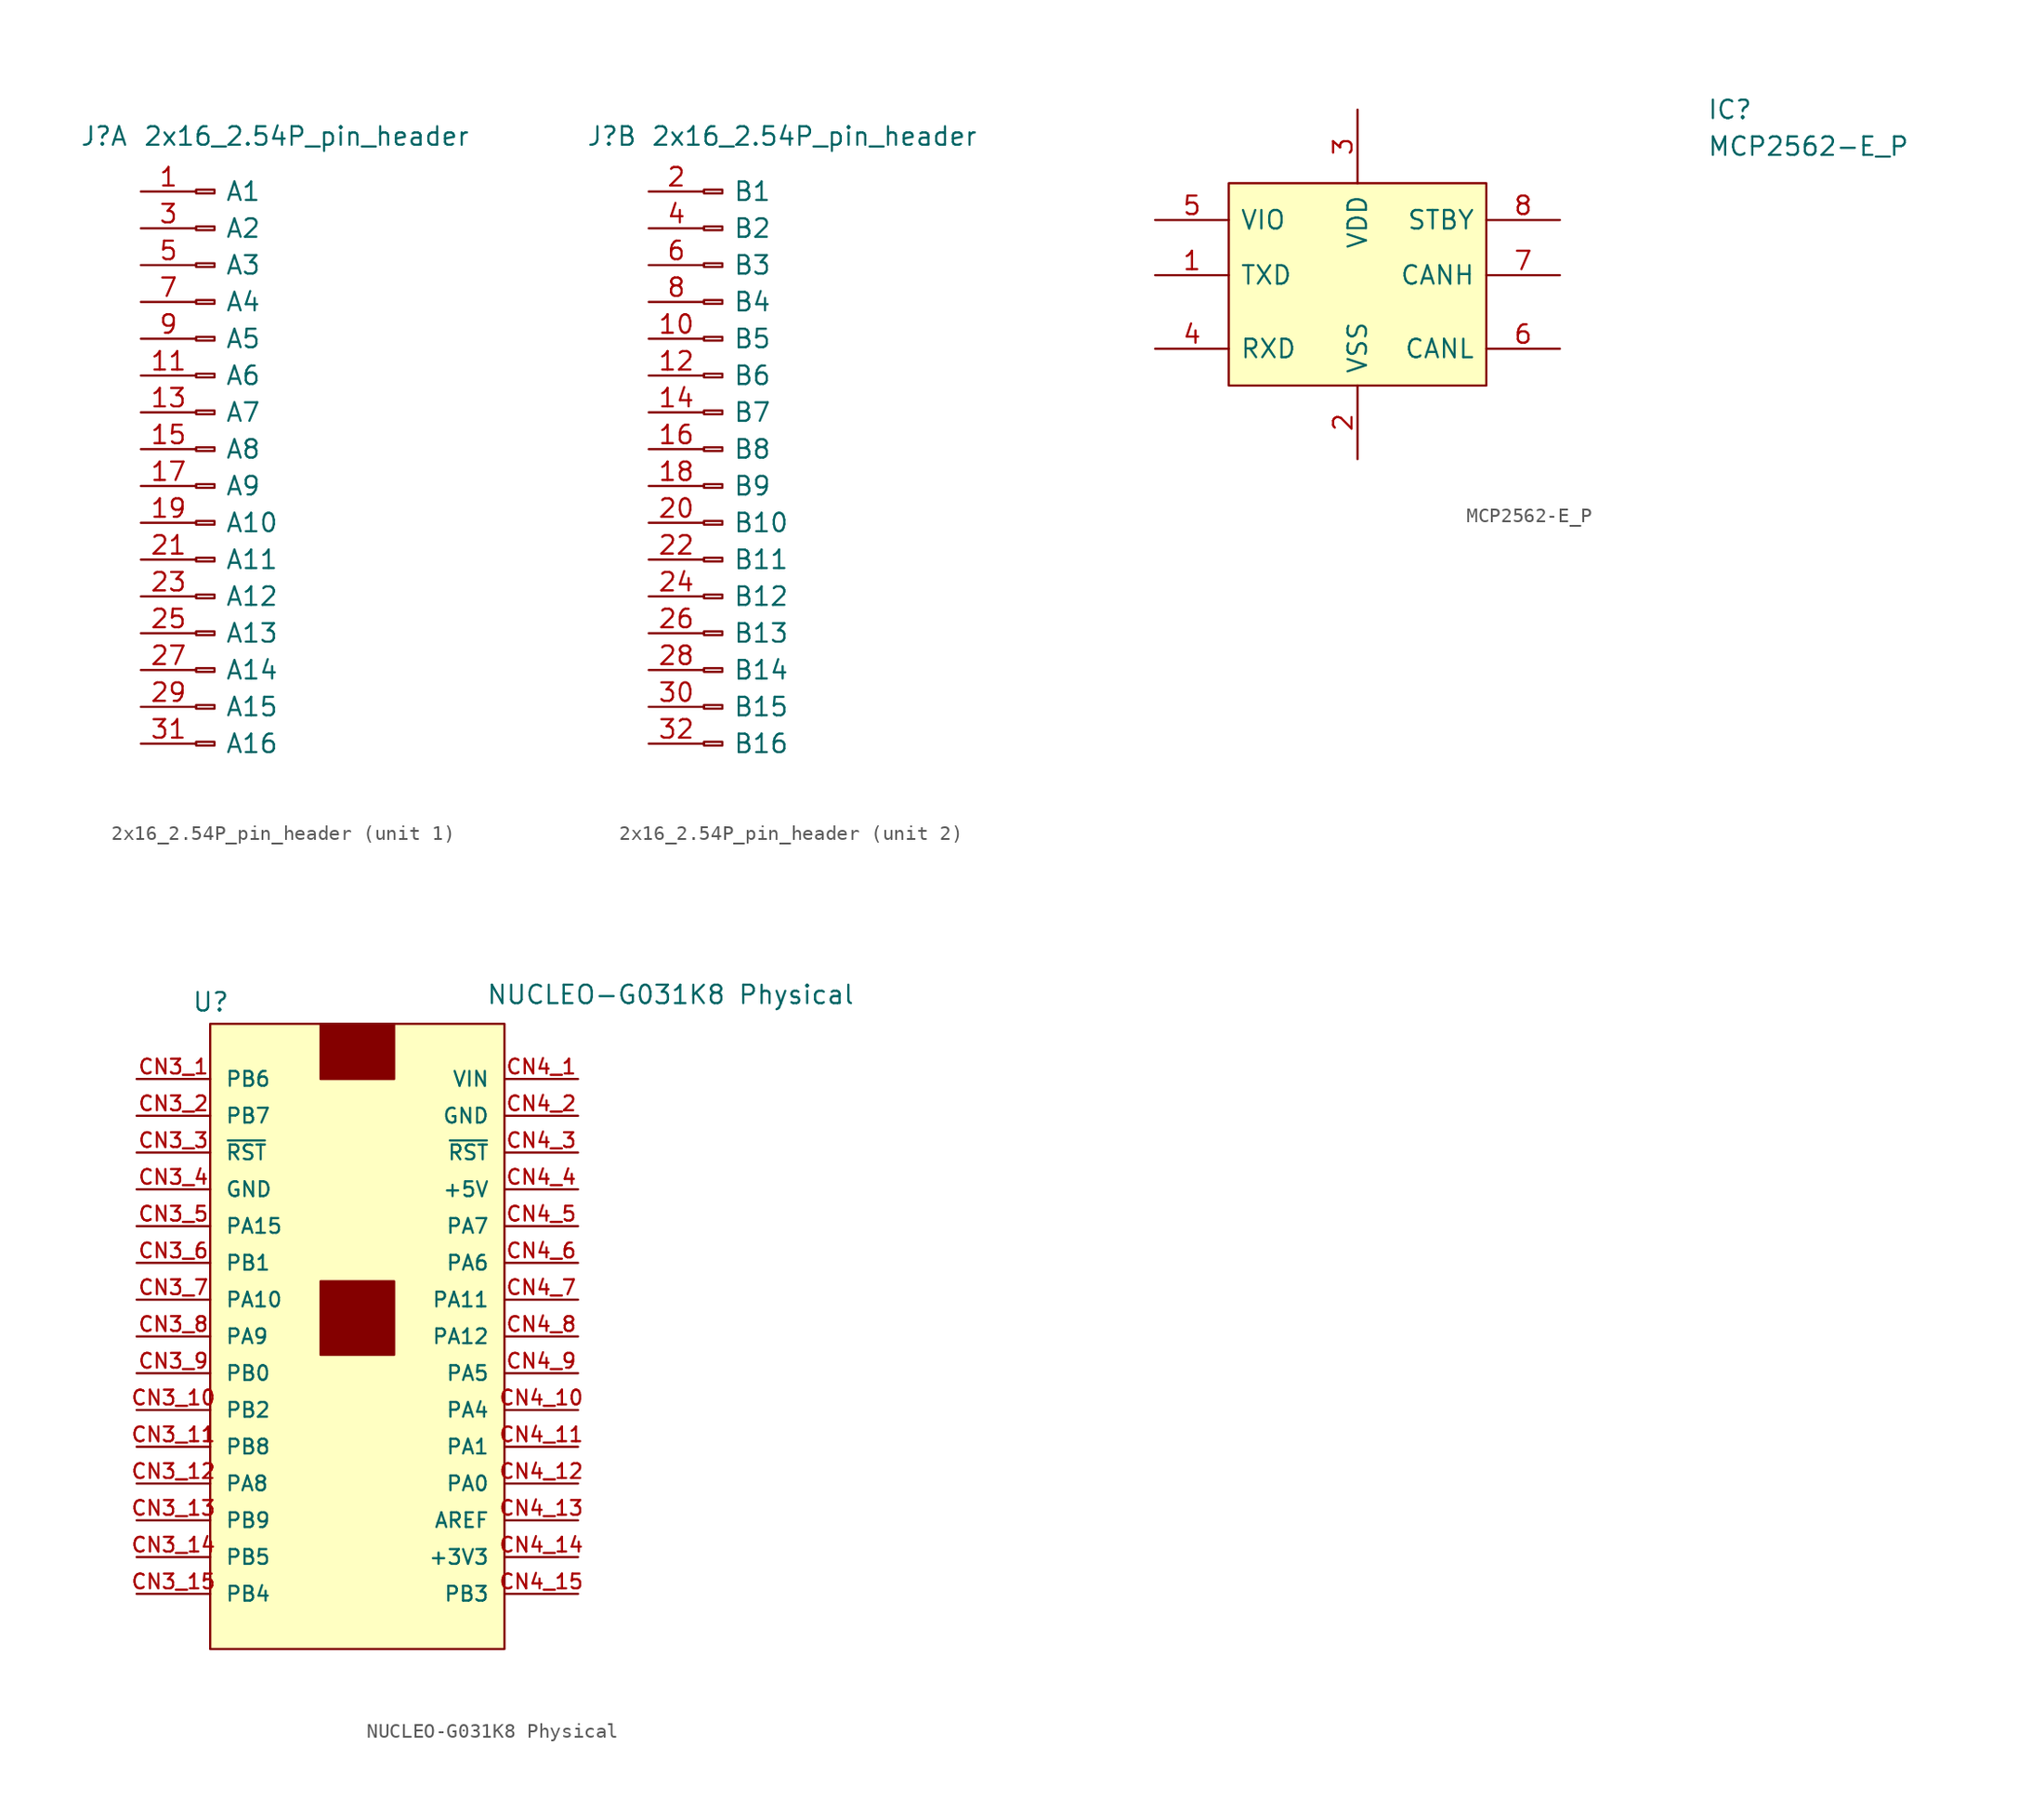
<source format=kicad_sym>
(kicad_symbol_lib
  (version 20211014)
  (generator kicad_symbol_editor)
  (symbol "2x16_2.54P_pin_header"
    (pin_names
      (offset 2))
    (property "Reference" "J"
      (at -3.81 2.54 0)
      (effects (font (size 1.27 1.27))))
    (property "Value" "2x16_2.54P_pin_header"
      (at 10.16 2.54 0)
      (effects (font (size 1.27 1.27))))
    (property "ki_locked" ""
      (at 0 0 0)
      (effects (font (size 1.27 1.27))))
    (symbol "2x16_2.54P_pin_header_1_1"
      (rectangle (start 2.54 -39.243) (end 3.81 -39.497) (stroke (width 0.152) (type default) (color 0 0 0 0)) (fill (type none)))
      (rectangle (start 2.54 -36.703) (end 3.81 -36.957) (stroke (width 0.152) (type default) (color 0 0 0 0)) (fill (type none)))
      (rectangle (start 2.54 -34.163) (end 3.81 -34.417) (stroke (width 0.152) (type default) (color 0 0 0 0)) (fill (type none)))
      (rectangle (start 2.54 -31.623) (end 3.81 -31.877) (stroke (width 0.152) (type default) (color 0 0 0 0)) (fill (type none)))
      (rectangle (start 2.54 -29.083) (end 3.81 -29.337) (stroke (width 0.152) (type default) (color 0 0 0 0)) (fill (type none)))
      (rectangle (start 2.54 -26.543) (end 3.81 -26.797) (stroke (width 0.152) (type default) (color 0 0 0 0)) (fill (type none)))
      (rectangle (start 2.54 -24.003) (end 3.81 -24.257) (stroke (width 0.152) (type default) (color 0 0 0 0)) (fill (type none)))
      (rectangle (start 2.54 -21.463) (end 3.81 -21.717) (stroke (width 0.152) (type default) (color 0 0 0 0)) (fill (type none)))
      (rectangle (start 2.54 -18.923) (end 3.81 -19.177) (stroke (width 0.152) (type default) (color 0 0 0 0)) (fill (type none)))
      (rectangle (start 2.54 -16.383) (end 3.81 -16.637) (stroke (width 0.152) (type default) (color 0 0 0 0)) (fill (type none)))
      (rectangle (start 2.54 -13.843) (end 3.81 -14.097) (stroke (width 0.152) (type default) (color 0 0 0 0)) (fill (type none)))
      (rectangle (start 2.54 -11.303) (end 3.81 -11.557) (stroke (width 0.152) (type default) (color 0 0 0 0)) (fill (type none)))
      (rectangle (start 2.54 -8.763) (end 3.81 -9.017) (stroke (width 0.152) (type default) (color 0 0 0 0)) (fill (type none)))
      (rectangle (start 2.54 -6.223) (end 3.81 -6.477) (stroke (width 0.152) (type default) (color 0 0 0 0)) (fill (type none)))
      (rectangle (start 2.54 -3.683) (end 3.81 -3.937) (stroke (width 0.152) (type default) (color 0 0 0 0)) (fill (type none)))
      (rectangle (start 2.54 -1.143) (end 3.81 -1.397) (stroke (width 0.152) (type default) (color 0 0 0 0)) (fill (type none)))
      (pin passive line (at -1.27 -1.27 0) (length 3.81) (name "A1" (effects (font (size 1.27 1.27)))) (number "1" (effects (font (size 1.27 1.27)))))
      (pin passive line (at -1.27 -13.97 0) (length 3.81) (name "A6" (effects (font (size 1.27 1.27)))) (number "11" (effects (font (size 1.27 1.27)))))
      (pin passive line (at -1.27 -16.51 0) (length 3.81) (name "A7" (effects (font (size 1.27 1.27)))) (number "13" (effects (font (size 1.27 1.27)))))
      (pin passive line (at -1.27 -19.05 0) (length 3.81) (name "A8" (effects (font (size 1.27 1.27)))) (number "15" (effects (font (size 1.27 1.27)))))
      (pin passive line (at -1.27 -21.59 0) (length 3.81) (name "A9" (effects (font (size 1.27 1.27)))) (number "17" (effects (font (size 1.27 1.27)))))
      (pin passive line (at -1.27 -24.13 0) (length 3.81) (name "A10" (effects (font (size 1.27 1.27)))) (number "19" (effects (font (size 1.27 1.27)))))
      (pin passive line (at -1.27 -26.67 0) (length 3.81) (name "A11" (effects (font (size 1.27 1.27)))) (number "21" (effects (font (size 1.27 1.27)))))
      (pin passive line (at -1.27 -29.21 0) (length 3.81) (name "A12" (effects (font (size 1.27 1.27)))) (number "23" (effects (font (size 1.27 1.27)))))
      (pin passive line (at -1.27 -31.75 0) (length 3.81) (name "A13" (effects (font (size 1.27 1.27)))) (number "25" (effects (font (size 1.27 1.27)))))
      (pin passive line (at -1.27 -34.29 0) (length 3.81) (name "A14" (effects (font (size 1.27 1.27)))) (number "27" (effects (font (size 1.27 1.27)))))
      (pin passive line (at -1.27 -36.83 0) (length 3.81) (name "A15" (effects (font (size 1.27 1.27)))) (number "29" (effects (font (size 1.27 1.27)))))
      (pin passive line (at -1.27 -3.81 0) (length 3.81) (name "A2" (effects (font (size 1.27 1.27)))) (number "3" (effects (font (size 1.27 1.27)))))
      (pin passive line (at -1.27 -39.37 0) (length 3.81) (name "A16" (effects (font (size 1.27 1.27)))) (number "31" (effects (font (size 1.27 1.27)))))
      (pin passive line (at -1.27 -6.35 0) (length 3.81) (name "A3" (effects (font (size 1.27 1.27)))) (number "5" (effects (font (size 1.27 1.27)))))
      (pin passive line (at -1.27 -8.89 0) (length 3.81) (name "A4" (effects (font (size 1.27 1.27)))) (number "7" (effects (font (size 1.27 1.27)))))
      (pin passive line (at -1.27 -11.43 0) (length 3.81) (name "A5" (effects (font (size 1.27 1.27)))) (number "9" (effects (font (size 1.27 1.27))))))
    (symbol "2x16_2.54P_pin_header_2_1"
      (rectangle (start 2.54 -39.243) (end 3.81 -39.497) (stroke (width 0.152) (type default) (color 0 0 0 0)) (fill (type none)))
      (rectangle (start 2.54 -36.703) (end 3.81 -36.957) (stroke (width 0.152) (type default) (color 0 0 0 0)) (fill (type none)))
      (rectangle (start 2.54 -34.163) (end 3.81 -34.417) (stroke (width 0.152) (type default) (color 0 0 0 0)) (fill (type none)))
      (rectangle (start 2.54 -31.623) (end 3.81 -31.877) (stroke (width 0.152) (type default) (color 0 0 0 0)) (fill (type none)))
      (rectangle (start 2.54 -29.083) (end 3.81 -29.337) (stroke (width 0.152) (type default) (color 0 0 0 0)) (fill (type none)))
      (rectangle (start 2.54 -26.543) (end 3.81 -26.797) (stroke (width 0.152) (type default) (color 0 0 0 0)) (fill (type none)))
      (rectangle (start 2.54 -24.003) (end 3.81 -24.257) (stroke (width 0.152) (type default) (color 0 0 0 0)) (fill (type none)))
      (rectangle (start 2.54 -21.463) (end 3.81 -21.717) (stroke (width 0.152) (type default) (color 0 0 0 0)) (fill (type none)))
      (rectangle (start 2.54 -18.923) (end 3.81 -19.177) (stroke (width 0.152) (type default) (color 0 0 0 0)) (fill (type none)))
      (rectangle (start 2.54 -16.383) (end 3.81 -16.637) (stroke (width 0.152) (type default) (color 0 0 0 0)) (fill (type none)))
      (rectangle (start 2.54 -13.843) (end 3.81 -14.097) (stroke (width 0.152) (type default) (color 0 0 0 0)) (fill (type none)))
      (rectangle (start 2.54 -11.303) (end 3.81 -11.557) (stroke (width 0.152) (type default) (color 0 0 0 0)) (fill (type none)))
      (rectangle (start 2.54 -8.763) (end 3.81 -9.017) (stroke (width 0.152) (type default) (color 0 0 0 0)) (fill (type none)))
      (rectangle (start 2.54 -6.223) (end 3.81 -6.477) (stroke (width 0.152) (type default) (color 0 0 0 0)) (fill (type none)))
      (rectangle (start 2.54 -3.683) (end 3.81 -3.937) (stroke (width 0.152) (type default) (color 0 0 0 0)) (fill (type none)))
      (rectangle (start 2.54 -1.143) (end 3.81 -1.397) (stroke (width 0.152) (type default) (color 0 0 0 0)) (fill (type none)))
      (pin passive line (at -1.27 -11.43 0) (length 3.81) (name "B5" (effects (font (size 1.27 1.27)))) (number "10" (effects (font (size 1.27 1.27)))))
      (pin passive line (at -1.27 -13.97 0) (length 3.81) (name "B6" (effects (font (size 1.27 1.27)))) (number "12" (effects (font (size 1.27 1.27)))))
      (pin passive line (at -1.27 -16.51 0) (length 3.81) (name "B7" (effects (font (size 1.27 1.27)))) (number "14" (effects (font (size 1.27 1.27)))))
      (pin passive line (at -1.27 -19.05 0) (length 3.81) (name "B8" (effects (font (size 1.27 1.27)))) (number "16" (effects (font (size 1.27 1.27)))))
      (pin passive line (at -1.27 -21.59 0) (length 3.81) (name "B9" (effects (font (size 1.27 1.27)))) (number "18" (effects (font (size 1.27 1.27)))))
      (pin passive line (at -1.27 -1.27 0) (length 3.81) (name "B1" (effects (font (size 1.27 1.27)))) (number "2" (effects (font (size 1.27 1.27)))))
      (pin passive line (at -1.27 -24.13 0) (length 3.81) (name "B10" (effects (font (size 1.27 1.27)))) (number "20" (effects (font (size 1.27 1.27)))))
      (pin passive line (at -1.27 -26.67 0) (length 3.81) (name "B11" (effects (font (size 1.27 1.27)))) (number "22" (effects (font (size 1.27 1.27)))))
      (pin passive line (at -1.27 -29.21 0) (length 3.81) (name "B12" (effects (font (size 1.27 1.27)))) (number "24" (effects (font (size 1.27 1.27)))))
      (pin passive line (at -1.27 -31.75 0) (length 3.81) (name "B13" (effects (font (size 1.27 1.27)))) (number "26" (effects (font (size 1.27 1.27)))))
      (pin passive line (at -1.27 -34.29 0) (length 3.81) (name "B14" (effects (font (size 1.27 1.27)))) (number "28" (effects (font (size 1.27 1.27)))))
      (pin passive line (at -1.27 -36.83 0) (length 3.81) (name "B15" (effects (font (size 1.27 1.27)))) (number "30" (effects (font (size 1.27 1.27)))))
      (pin passive line (at -1.27 -39.37 0) (length 3.81) (name "B16" (effects (font (size 1.27 1.27)))) (number "32" (effects (font (size 1.27 1.27)))))
      (pin passive line (at -1.27 -3.81 0) (length 3.81) (name "B2" (effects (font (size 1.27 1.27)))) (number "4" (effects (font (size 1.27 1.27)))))
      (pin passive line (at -1.27 -6.35 0) (length 3.81) (name "B3" (effects (font (size 1.27 1.27)))) (number "6" (effects (font (size 1.27 1.27)))))
      (pin passive line (at -1.27 -8.89 0) (length 3.81) (name "B4" (effects (font (size 1.27 1.27)))) (number "8" (effects (font (size 1.27 1.27)))))))
  (symbol "MCP2562-E_P"
    (pin_names
      (offset 0.762))
    (property "Reference" "IC"
      (at 24.13 11.43 0)
      (effects (font (size 1.27 1.27)) (justify left)))
    (property "Value" "MCP2562-E_P"
      (at 24.13 8.89 0)
      (effects (font (size 1.27 1.27)) (justify left)))
    (symbol "MCP2562-E_P_0_0"
      (pin passive line (at -13.97 0 0) (length 5.08) (name "TXD" (effects (font (size 1.27 1.27)))) (number "1" (effects (font (size 1.27 1.27)))))
      (pin passive line (at 0 -12.7 90) (length 5.08) (name "VSS" (effects (font (size 1.27 1.27)))) (number "2" (effects (font (size 1.27 1.27)))))
      (pin passive line (at 0 11.43 270) (length 5.08) (name "VDD" (effects (font (size 1.27 1.27)))) (number "3" (effects (font (size 1.27 1.27)))))
      (pin passive line (at -13.97 -5.08 0) (length 5.08) (name "RXD" (effects (font (size 1.27 1.27)))) (number "4" (effects (font (size 1.27 1.27)))))
      (pin passive line (at -13.97 3.81 0) (length 5.08) (name "VIO" (effects (font (size 1.27 1.27)))) (number "5" (effects (font (size 1.27 1.27)))))
      (pin passive line (at 13.97 -5.08 180) (length 5.08) (name "CANL" (effects (font (size 1.27 1.27)))) (number "6" (effects (font (size 1.27 1.27)))))
      (pin passive line (at 13.97 0 180) (length 5.08) (name "CANH" (effects (font (size 1.27 1.27)))) (number "7" (effects (font (size 1.27 1.27)))))
      (pin passive line (at 13.97 3.81 180) (length 5.08) (name "STBY" (effects (font (size 1.27 1.27)))) (number "8" (effects (font (size 1.27 1.27))))))
    (symbol "MCP2562-E_P_0_1"
      (polyline (pts (xy -8.89 6.35) (xy 8.89 6.35) (xy 8.89 -7.62) (xy -8.89 -7.62) (xy -8.89 6.35)) (stroke (width 0.152) (type default) (color 0 0 0 0)) (fill (type background)))))
  (symbol "NUCLEO-G031K8 Physical"
    (pin_names
      (offset 1.016))
    (property "Reference" "U"
      (at -11.43 18.542 0)
      (effects (font (size 1.27 1.27)) (justify left bottom)))
    (property "Value" "NUCLEO-G031K8 Physical"
      (at 8.89 19.05 0)
      (effects (font (size 1.27 1.27)) (justify left bottom)))
    (symbol "NUCLEO-G031K8 Physical_0_0"
      (rectangle (start -10.16 -25.4) (end 10.16 17.78) (stroke (width 0.152) (type default) (color 0 0 0 0)) (fill (type background)))
      (pin bidirectional line (at -15.24 13.97 0) (length 5.08) (name "PB6" (effects (font (size 1.016 1.016)))) (number "CN3_1" (effects (font (size 1.016 1.016)))))
      (pin bidirectional line (at -15.24 -8.89 0) (length 5.08) (name "PB2" (effects (font (size 1.016 1.016)))) (number "CN3_10" (effects (font (size 1.016 1.016)))))
      (pin bidirectional line (at -15.24 -11.43 0) (length 5.08) (name "PB8" (effects (font (size 1.016 1.016)))) (number "CN3_11" (effects (font (size 1.016 1.016)))))
      (pin bidirectional line (at -15.24 -13.97 0) (length 5.08) (name "PA8" (effects (font (size 1.016 1.016)))) (number "CN3_12" (effects (font (size 1.016 1.016)))))
      (pin bidirectional line (at -15.24 -16.51 0) (length 5.08) (name "PB9" (effects (font (size 1.016 1.016)))) (number "CN3_13" (effects (font (size 1.016 1.016)))))
      (pin bidirectional line (at -15.24 -19.05 0) (length 5.08) (name "PB5" (effects (font (size 1.016 1.016)))) (number "CN3_14" (effects (font (size 1.016 1.016)))))
      (pin bidirectional line (at -15.24 -21.59 0) (length 5.08) (name "PB4" (effects (font (size 1.016 1.016)))) (number "CN3_15" (effects (font (size 1.016 1.016)))))
      (pin bidirectional line (at -15.24 11.43 0) (length 5.08) (name "PB7" (effects (font (size 1.016 1.016)))) (number "CN3_2" (effects (font (size 1.016 1.016)))))
      (pin bidirectional line (at -15.24 8.89 0) (length 5.08) (name "~{RST}" (effects (font (size 1.016 1.016)))) (number "CN3_3" (effects (font (size 1.016 1.016)))))
      (pin power_in line (at -15.24 6.35 0) (length 5.08) (name "GND" (effects (font (size 1.016 1.016)))) (number "CN3_4" (effects (font (size 1.016 1.016)))))
      (pin bidirectional line (at -15.24 3.81 0) (length 5.08) (name "PA15" (effects (font (size 1.016 1.016)))) (number "CN3_5" (effects (font (size 1.016 1.016)))))
      (pin bidirectional line (at -15.24 1.27 0) (length 5.08) (name "PB1" (effects (font (size 1.016 1.016)))) (number "CN3_6" (effects (font (size 1.016 1.016)))))
      (pin bidirectional line (at -15.24 -1.27 0) (length 5.08) (name "PA10" (effects (font (size 1.016 1.016)))) (number "CN3_7" (effects (font (size 1.016 1.016)))))
      (pin bidirectional line (at -15.24 -3.81 0) (length 5.08) (name "PA9" (effects (font (size 1.016 1.016)))) (number "CN3_8" (effects (font (size 1.016 1.016)))))
      (pin bidirectional line (at -15.24 -6.35 0) (length 5.08) (name "PB0" (effects (font (size 1.016 1.016)))) (number "CN3_9" (effects (font (size 1.016 1.016)))))
      (pin input line (at 15.24 13.97 180) (length 5.08) (name "VIN" (effects (font (size 1.016 1.016)))) (number "CN4_1" (effects (font (size 1.016 1.016)))))
      (pin bidirectional line (at 15.24 -8.89 180) (length 5.08) (name "PA4" (effects (font (size 1.016 1.016)))) (number "CN4_10" (effects (font (size 1.016 1.016)))))
      (pin bidirectional line (at 15.24 -11.43 180) (length 5.08) (name "PA1" (effects (font (size 1.016 1.016)))) (number "CN4_11" (effects (font (size 1.016 1.016)))))
      (pin bidirectional line (at 15.24 -13.97 180) (length 5.08) (name "PA0" (effects (font (size 1.016 1.016)))) (number "CN4_12" (effects (font (size 1.016 1.016)))))
      (pin bidirectional line (at 15.24 -16.51 180) (length 5.08) (name "AREF" (effects (font (size 1.016 1.016)))) (number "CN4_13" (effects (font (size 1.016 1.016)))))
      (pin power_in line (at 15.24 -19.05 180) (length 5.08) (name "+3V3" (effects (font (size 1.016 1.016)))) (number "CN4_14" (effects (font (size 1.016 1.016)))))
      (pin bidirectional line (at 15.24 -21.59 180) (length 5.08) (name "PB3" (effects (font (size 1.016 1.016)))) (number "CN4_15" (effects (font (size 1.016 1.016)))))
      (pin power_in line (at 15.24 11.43 180) (length 5.08) (name "GND" (effects (font (size 1.016 1.016)))) (number "CN4_2" (effects (font (size 1.016 1.016)))))
      (pin bidirectional line (at 15.24 8.89 180) (length 5.08) (name "~{RST}" (effects (font (size 1.016 1.016)))) (number "CN4_3" (effects (font (size 1.016 1.016)))))
      (pin power_in line (at 15.24 6.35 180) (length 5.08) (name "+5V" (effects (font (size 1.016 1.016)))) (number "CN4_4" (effects (font (size 1.016 1.016)))))
      (pin bidirectional line (at 15.24 3.81 180) (length 5.08) (name "PA7" (effects (font (size 1.016 1.016)))) (number "CN4_5" (effects (font (size 1.016 1.016)))))
      (pin bidirectional line (at 15.24 1.27 180) (length 5.08) (name "PA6" (effects (font (size 1.016 1.016)))) (number "CN4_6" (effects (font (size 1.016 1.016)))))
      (pin bidirectional line (at 15.24 -1.27 180) (length 5.08) (name "PA11" (effects (font (size 1.016 1.016)))) (number "CN4_7" (effects (font (size 1.016 1.016)))))
      (pin bidirectional line (at 15.24 -3.81 180) (length 5.08) (name "PA12" (effects (font (size 1.016 1.016)))) (number "CN4_8" (effects (font (size 1.016 1.016)))))
      (pin bidirectional line (at 15.24 -6.35 180) (length 5.08) (name "PA5" (effects (font (size 1.016 1.016)))) (number "CN4_9" (effects (font (size 1.016 1.016))))))
    (symbol "NUCLEO-G031K8 Physical_0_1"
      (rectangle (start -2.54 0) (end 2.54 -5.08) (stroke (width 0) (type default) (color 0 0 0 0)) (fill (type outline)))
      (rectangle (start -2.54 17.78) (end 2.54 13.97) (stroke (width 0) (type default) (color 0 0 0 0)) (fill (type outline))))))
</source>
